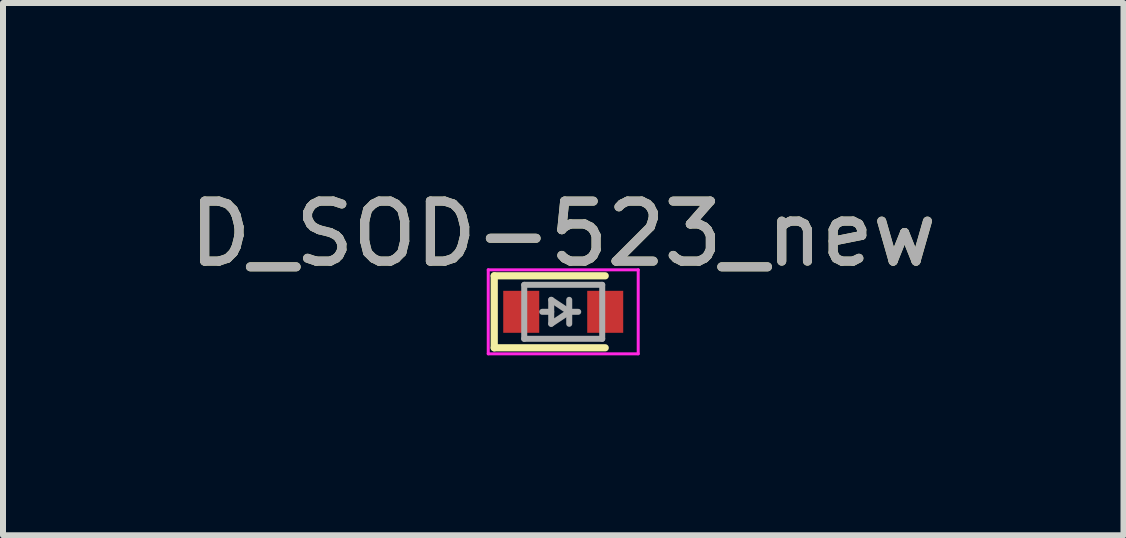
<source format=kicad_pcb>
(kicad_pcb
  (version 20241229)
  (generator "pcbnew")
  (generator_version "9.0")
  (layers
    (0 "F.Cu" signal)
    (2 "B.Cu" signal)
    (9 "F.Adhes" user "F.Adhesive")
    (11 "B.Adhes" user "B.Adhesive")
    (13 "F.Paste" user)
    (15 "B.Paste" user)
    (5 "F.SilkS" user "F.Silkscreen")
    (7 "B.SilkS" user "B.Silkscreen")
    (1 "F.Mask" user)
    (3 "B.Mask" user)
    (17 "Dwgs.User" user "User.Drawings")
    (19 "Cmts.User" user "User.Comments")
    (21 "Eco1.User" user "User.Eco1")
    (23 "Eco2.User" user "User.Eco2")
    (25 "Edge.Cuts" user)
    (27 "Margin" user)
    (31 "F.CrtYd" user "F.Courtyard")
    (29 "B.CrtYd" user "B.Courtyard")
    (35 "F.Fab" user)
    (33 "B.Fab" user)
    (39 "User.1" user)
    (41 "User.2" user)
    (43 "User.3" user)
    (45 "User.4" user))
  (footprint "D_SOD-523_new"
    (layer "F.Cu")
    (at 6.339 2.148)
    (property "Reference" "D_SOD-523_new" (at 0 -1.3 0) (layer "F.SilkS") (effects (font (size 1 1) (thickness 0.15))))
    (attr smd)
    (fp_line (start -1.15 -0.6) (end -1.15 0.6) (stroke (width 0.12) (type solid)) (layer "F.SilkS"))
    (fp_line (start 0.7 -0.6) (end -1.15 -0.6) (stroke (width 0.12) (type solid)) (layer "F.SilkS"))
    (fp_line (start 0.7 0.6) (end -1.15 0.6) (stroke (width 0.12) (type solid)) (layer "F.SilkS"))
    (fp_line (start -1.25 -0.7) (end 1.25 -0.7) (stroke (width 0.05) (type solid)) (layer "F.CrtYd"))
    (fp_line (start -1.25 0.7) (end -1.25 -0.7) (stroke (width 0.05) (type solid)) (layer "F.CrtYd"))
    (fp_line (start 1.25 -0.7) (end 1.25 0.7) (stroke (width 0.05) (type solid)) (layer "F.CrtYd"))
    (fp_line (start 1.25 0.7) (end -1.25 0.7) (stroke (width 0.05) (type solid)) (layer "F.CrtYd"))
    (fp_line (start -0.65 -0.45) (end 0.65 -0.45) (stroke (width 0.1) (type solid)) (layer "F.Fab"))
    (fp_line (start -0.65 0.45) (end -0.65 -0.45) (stroke (width 0.1) (type solid)) (layer "F.Fab"))
    (fp_line (start -0.2 -0.2) (end 0.1 0) (stroke (width 0.1) (type solid)) (layer "F.Fab"))
    (fp_line (start -0.2 0) (end -0.35 0) (stroke (width 0.1) (type solid)) (layer "F.Fab"))
    (fp_line (start -0.2 0.2) (end -0.2 -0.2) (stroke (width 0.1) (type solid)) (layer "F.Fab"))
    (fp_line (start 0.1 0) (end -0.2 0.2) (stroke (width 0.1) (type solid)) (layer "F.Fab"))
    (fp_line (start 0.1 0) (end 0.25 0) (stroke (width 0.1) (type solid)) (layer "F.Fab"))
    (fp_line (start 0.1 0.2) (end 0.1 -0.2) (stroke (width 0.1) (type solid)) (layer "F.Fab"))
    (fp_line (start 0.65 -0.45) (end 0.65 0.45) (stroke (width 0.1) (type solid)) (layer "F.Fab"))
    (fp_line (start 0.65 0.45) (end -0.65 0.45) (stroke (width 0.1) (type solid)) (layer "F.Fab"))
    (fp_text user "${REFERENCE}" (at 0 -1.3 0) (layer "F.Fab") (effects (font (size 1 1) (thickness 0.15))))
    (pad "1" smd rect (at -0.7 0 180) (size 0.6 0.7) (layers "F.Cu" "F.Mask" "F.Paste"))
    (pad "2" smd rect (at 0.7 0 180) (size 0.6 0.7) (layers "F.Cu" "F.Mask" "F.Paste")))
  (gr_rect
    (start -3 -3)
    (end 15.679 5.873)
    (stroke (width 0.1) (type default))
    (fill no)
    (layer "Edge.Cuts")))
</source>
